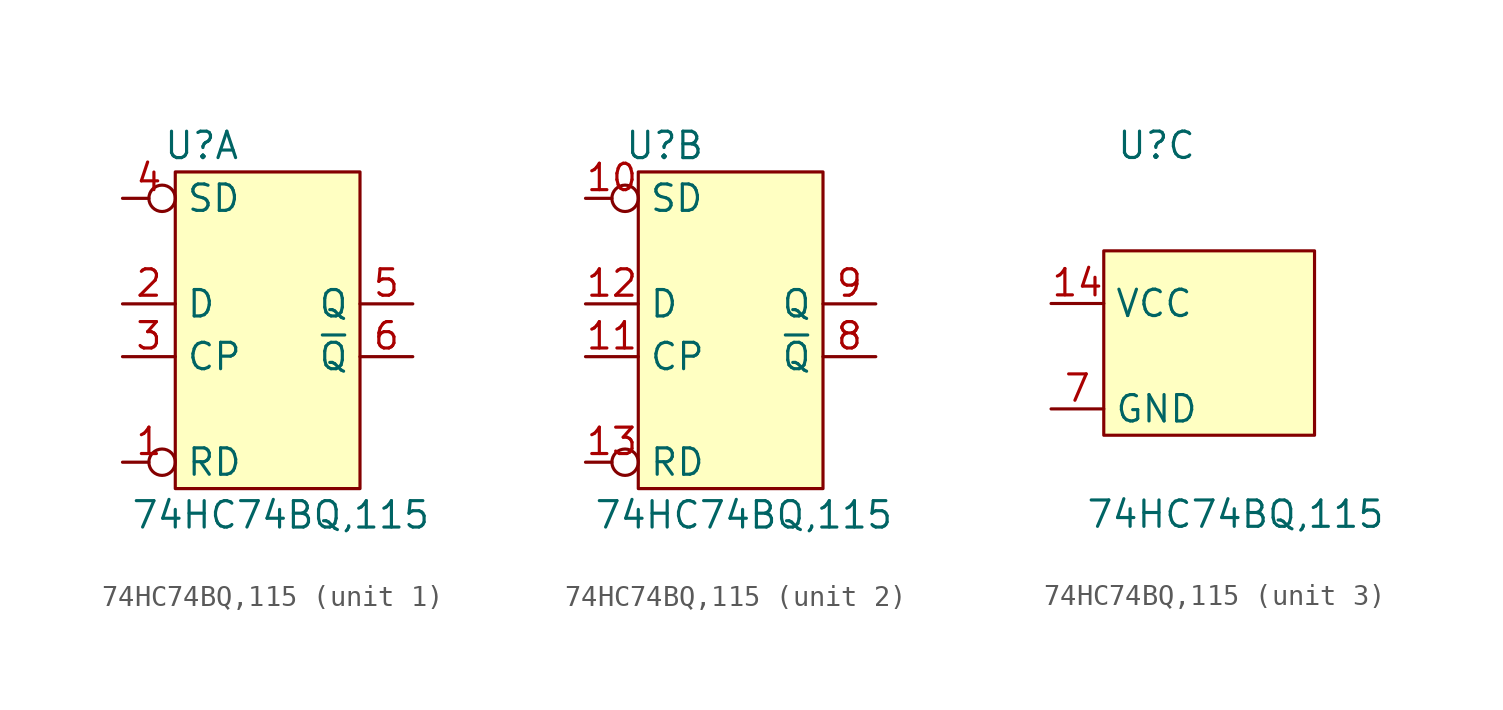
<source format=kicad_sym>
(kicad_symbol_lib
  (version 20220914)
  (generator kicad_symbol_editor)
  (symbol "74HC74BQ,115"
    (property "Reference" "U"
      (at -7.62 12.7 0)
      (effects (font (size 1.27 1.27))))
    (property "Value" "74HC74BQ,115"
      (at -3.81 -5.08 0)
      (effects (font (size 1.27 1.27))))
    (property "ki_locked" ""
      (at 0 0 0)
      (effects (font (size 1.27 1.27))))
    (symbol "74HC74BQ,115_1_1"
      (rectangle (start -8.89 11.43) (end 0 -3.81) (stroke (width 0.152) (type default)) (fill (type background)))
      (pin input inverted (at -11.43 -2.54 0) (length 2.54) (name "RD" (effects (font (size 1.27 1.27)))) (number "1" (effects (font (size 1.27 1.27)))))
      (pin input line (at -11.43 5.08 0) (length 2.54) (name "D" (effects (font (size 1.27 1.27)))) (number "2" (effects (font (size 1.27 1.27)))))
      (pin input line (at -11.43 2.54 0) (length 2.54) (name "CP" (effects (font (size 1.27 1.27)))) (number "3" (effects (font (size 1.27 1.27)))))
      (pin input inverted (at -11.43 10.16 0) (length 2.54) (name "SD" (effects (font (size 1.27 1.27)))) (number "4" (effects (font (size 1.27 1.27)))))
      (pin output line (at 2.54 5.08 180) (length 2.54) (name "Q" (effects (font (size 1.27 1.27)))) (number "5" (effects (font (size 1.27 1.27)))))
      (pin output line (at 2.54 2.54 180) (length 2.54) (name "~{Q}" (effects (font (size 1.27 1.27)))) (number "6" (effects (font (size 1.27 1.27))))))
    (symbol "74HC74BQ,115_2_1"
      (rectangle (start -8.89 11.43) (end 0 -3.81) (stroke (width 0.152) (type default)) (fill (type background)))
      (pin input inverted (at -11.43 10.16 0) (length 2.54) (name "SD" (effects (font (size 1.27 1.27)))) (number "10" (effects (font (size 1.27 1.27)))))
      (pin input line (at -11.43 2.54 0) (length 2.54) (name "CP" (effects (font (size 1.27 1.27)))) (number "11" (effects (font (size 1.27 1.27)))))
      (pin input line (at -11.43 5.08 0) (length 2.54) (name "D" (effects (font (size 1.27 1.27)))) (number "12" (effects (font (size 1.27 1.27)))))
      (pin input inverted (at -11.43 -2.54 0) (length 2.54) (name "RD" (effects (font (size 1.27 1.27)))) (number "13" (effects (font (size 1.27 1.27)))))
      (pin output line (at 2.54 2.54 180) (length 2.54) (name "~{Q}" (effects (font (size 1.27 1.27)))) (number "8" (effects (font (size 1.27 1.27)))))
      (pin output line (at 2.54 5.08 180) (length 2.54) (name "Q" (effects (font (size 1.27 1.27)))) (number "9" (effects (font (size 1.27 1.27))))))
    (symbol "74HC74BQ,115_3_1"
      (rectangle (start -10.16 7.62) (end 0 -1.27) (stroke (width 0.152) (type default)) (fill (type background)))
      (pin power_in line (at -12.7 5.08 0) (length 2.54) (name "VCC" (effects (font (size 1.27 1.27)))) (number "14" (effects (font (size 1.27 1.27)))))
      (pin power_in line (at -12.7 0 0) (length 2.54) (name "GND" (effects (font (size 1.27 1.27)))) (number "7" (effects (font (size 1.27 1.27))))))))
</source>
